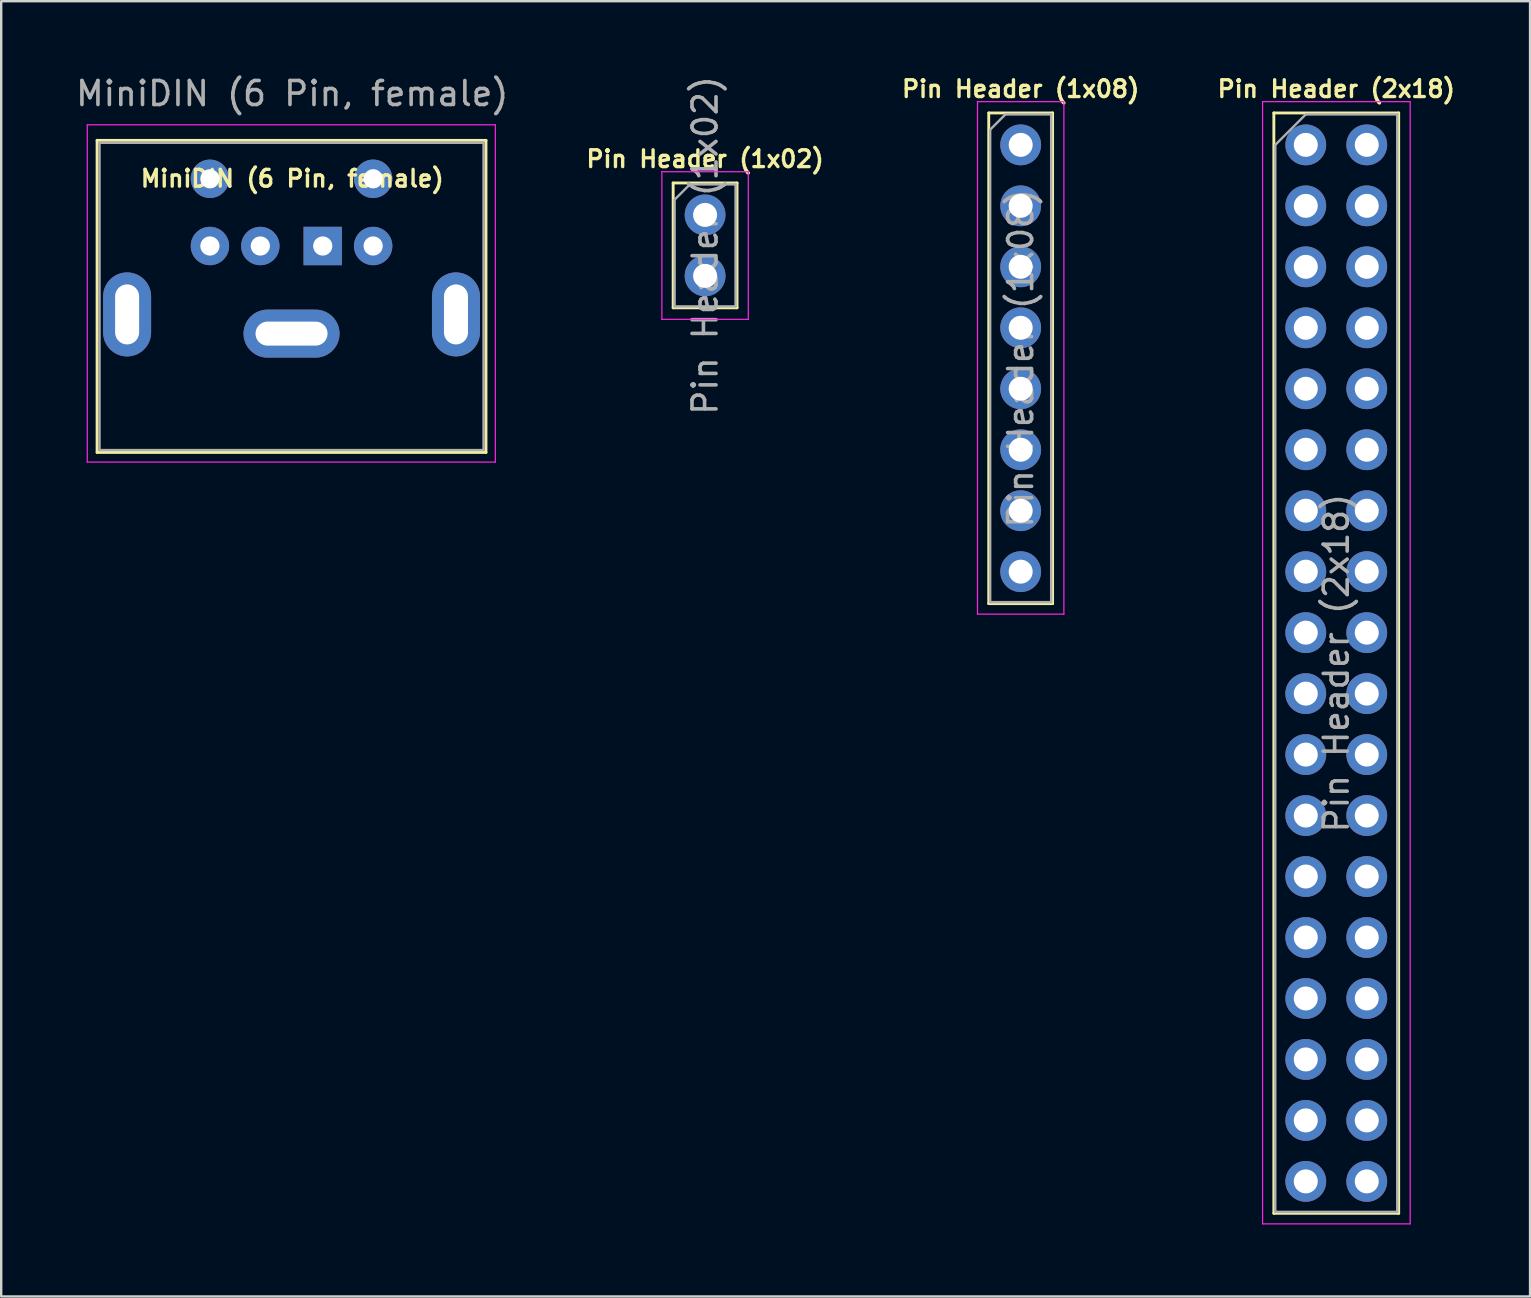
<source format=kicad_pcb>
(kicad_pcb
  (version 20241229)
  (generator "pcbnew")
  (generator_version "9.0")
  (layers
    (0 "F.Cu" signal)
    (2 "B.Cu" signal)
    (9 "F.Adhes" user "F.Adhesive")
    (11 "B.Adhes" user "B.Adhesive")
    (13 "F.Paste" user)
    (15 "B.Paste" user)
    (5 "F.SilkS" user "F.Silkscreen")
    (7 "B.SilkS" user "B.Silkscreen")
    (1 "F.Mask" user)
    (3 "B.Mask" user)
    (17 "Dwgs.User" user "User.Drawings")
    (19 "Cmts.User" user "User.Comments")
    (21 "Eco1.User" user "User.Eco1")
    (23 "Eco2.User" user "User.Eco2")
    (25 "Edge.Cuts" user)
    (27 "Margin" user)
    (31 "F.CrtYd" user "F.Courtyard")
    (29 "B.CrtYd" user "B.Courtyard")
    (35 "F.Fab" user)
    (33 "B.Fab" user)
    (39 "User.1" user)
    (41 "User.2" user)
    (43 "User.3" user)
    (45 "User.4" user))
  (footprint "MiniDIN (6 Pin, female)"
    (layer "F.Cu")
    (at 10.395 7.198)
    (property "Reference" "MiniDIN (6 Pin, female)" (at -1.27 -2.81 0) (layer "F.SilkS") (effects (font (size 0.7 0.7) (thickness 0.14) (bold yes))))
    (attr through_hole)
    (fp_line (start -9.4 -4.4) (end -9.4 8.6) (stroke (width 0.12) (type solid)) (layer "F.SilkS"))
    (fp_line (start -9.4 -4.4) (end 6.8 -4.4) (stroke (width 0.12) (type solid)) (layer "F.SilkS"))
    (fp_line (start -9.4 8.6) (end 6.8 8.6) (stroke (width 0.12) (type solid)) (layer "F.SilkS"))
    (fp_line (start 6.8 -4.4) (end 6.8 8.6) (stroke (width 0.12) (type solid)) (layer "F.SilkS"))
    (fp_line (start -9.81 -5.05) (end -9.81 9) (stroke (width 0.05) (type solid)) (layer "F.CrtYd"))
    (fp_line (start -9.81 -5.05) (end 7.19 -5.05) (stroke (width 0.05) (type solid)) (layer "F.CrtYd"))
    (fp_line (start 7.19 9) (end -9.81 9) (stroke (width 0.05) (type solid)) (layer "F.CrtYd"))
    (fp_line (start 7.19 9) (end 7.19 -5.05) (stroke (width 0.05) (type solid)) (layer "F.CrtYd"))
    (fp_line (start -9.3 -4.3) (end 6.7 -4.3) (stroke (width 0.1) (type solid)) (layer "F.Fab"))
    (fp_line (start -9.3 8.5) (end -9.3 -4.3) (stroke (width 0.1) (type solid)) (layer "F.Fab"))
    (fp_line (start 6.7 -4.3) (end 6.7 8.5) (stroke (width 0.1) (type solid)) (layer "F.Fab"))
    (fp_line (start 6.7 8.5) (end -9.3 8.5) (stroke (width 0.1) (type solid)) (layer "F.Fab"))
    (fp_text user "${REFERENCE}" (at -1.27 -6.35 0) (layer "F.Fab") (effects (font (size 1 1) (thickness 0.15))))
    (pad "1" thru_hole rect (at 0 0) (size 1.6 1.6) (drill 0.8) (layers "*.Cu" "*.Mask"))
    (pad "2" thru_hole circle (at -2.6 0) (size 1.6 1.6) (drill 0.8) (layers "*.Cu" "*.Mask"))
    (pad "3" thru_hole circle (at 2.1 0) (size 1.6 1.6) (drill 0.8) (layers "*.Cu" "*.Mask"))
    (pad "4" thru_hole circle (at -4.7 0) (size 1.6 1.6) (drill 0.8) (layers "*.Cu" "*.Mask"))
    (pad "5" thru_hole oval (at -8.15 2.85) (size 2 3.5) (drill oval 1 2.5) (layers "*.Cu" "*.Mask"))
    (pad "5" thru_hole oval (at -1.3 3.65) (size 4 2) (drill oval 3 1) (layers "*.Cu" "*.Mask"))
    (pad "5" thru_hole circle (at 2.1 -2.8) (size 1.6 1.6) (drill 0.8) (layers "*.Cu" "*.Mask"))
    (pad "5" thru_hole oval (at 5.55 2.85) (size 2 3.5) (drill oval 1 2.5) (layers "*.Cu" "*.Mask"))
    (pad "6" thru_hole circle (at -4.7 -2.8) (size 1.6 1.6) (drill 0.8) (layers "*.Cu" "*.Mask")))
  (footprint "Pin Header (1x08)"
    (layer "F.Cu")
    (at 39.47 2.985)
    (property "Reference" "Pin Header (1x08)" (at 0 -2.33 0) (layer "F.SilkS") (effects (font (size 0.7 0.7) (thickness 0.14) (bold yes))))
    (attr through_hole)
    (fp_line (start -1.33 -1.33) (end -1.33 19.11) (stroke (width 0.12) (type solid)) (layer "F.SilkS"))
    (fp_line (start -1.33 -1.33) (end 1.33 -1.33) (stroke (width 0.12) (type solid)) (layer "F.SilkS"))
    (fp_line (start -1.33 19.11) (end 1.33 19.11) (stroke (width 0.12) (type solid)) (layer "F.SilkS"))
    (fp_line (start 1.33 -1.33) (end 1.33 19.11) (stroke (width 0.12) (type solid)) (layer "F.SilkS"))
    (fp_line (start -1.8 -1.8) (end -1.8 19.55) (stroke (width 0.05) (type solid)) (layer "F.CrtYd"))
    (fp_line (start -1.8 19.55) (end 1.8 19.55) (stroke (width 0.05) (type solid)) (layer "F.CrtYd"))
    (fp_line (start 1.8 -1.8) (end -1.8 -1.8) (stroke (width 0.05) (type solid)) (layer "F.CrtYd"))
    (fp_line (start 1.8 19.55) (end 1.8 -1.8) (stroke (width 0.05) (type solid)) (layer "F.CrtYd"))
    (fp_line (start -1.27 -0.635) (end -0.635 -1.27) (stroke (width 0.1) (type solid)) (layer "F.Fab"))
    (fp_line (start -1.27 19.05) (end -1.27 -0.635) (stroke (width 0.1) (type solid)) (layer "F.Fab"))
    (fp_line (start -0.635 -1.27) (end 1.27 -1.27) (stroke (width 0.1) (type solid)) (layer "F.Fab"))
    (fp_line (start 1.27 -1.27) (end 1.27 19.05) (stroke (width 0.1) (type solid)) (layer "F.Fab"))
    (fp_line (start 1.27 19.05) (end -1.27 19.05) (stroke (width 0.1) (type solid)) (layer "F.Fab"))
    (fp_text user "${REFERENCE}" (at 0 8.89 90) (layer "F.Fab") (effects (font (size 1 1) (thickness 0.15))))
    (pad "1" thru_hole circle (at 0 0) (size 1.7 1.7) (drill 1) (layers "*.Cu" "*.Mask"))
    (pad "2" thru_hole oval (at 0 2.54) (size 1.7 1.7) (drill 1) (layers "*.Cu" "*.Mask"))
    (pad "3" thru_hole oval (at 0 5.08) (size 1.7 1.7) (drill 1) (layers "*.Cu" "*.Mask"))
    (pad "4" thru_hole oval (at 0 7.62) (size 1.7 1.7) (drill 1) (layers "*.Cu" "*.Mask"))
    (pad "5" thru_hole oval (at 0 10.16) (size 1.7 1.7) (drill 1) (layers "*.Cu" "*.Mask"))
    (pad "6" thru_hole oval (at 0 12.7) (size 1.7 1.7) (drill 1) (layers "*.Cu" "*.Mask"))
    (pad "7" thru_hole oval (at 0 15.24) (size 1.7 1.7) (drill 1) (layers "*.Cu" "*.Mask"))
    (pad "8" thru_hole oval (at 0 17.78) (size 1.7 1.7) (drill 1) (layers "*.Cu" "*.Mask")))
  (footprint "Pin Header (2x18)"
    (layer "F.Cu")
    (at 51.347 2.985)
    (property "Reference" "Pin Header (2x18)" (at 1.27 -2.33 0) (layer "F.SilkS") (effects (font (size 0.7 0.7) (thickness 0.14))))
    (attr through_hole)
    (fp_line (start -1.33 -1.33) (end -1.33 44.51) (stroke (width 0.12) (type solid)) (layer "F.SilkS"))
    (fp_line (start -1.33 -1.33) (end 3.87 -1.33) (stroke (width 0.12) (type solid)) (layer "F.SilkS"))
    (fp_line (start -1.33 44.51) (end 3.87 44.51) (stroke (width 0.12) (type solid)) (layer "F.SilkS"))
    (fp_line (start 3.87 -1.33) (end 3.87 44.51) (stroke (width 0.12) (type solid)) (layer "F.SilkS"))
    (fp_line (start -1.8 -1.8) (end -1.8 44.95) (stroke (width 0.05) (type solid)) (layer "F.CrtYd"))
    (fp_line (start -1.8 44.95) (end 4.35 44.95) (stroke (width 0.05) (type solid)) (layer "F.CrtYd"))
    (fp_line (start 4.35 -1.8) (end -1.8 -1.8) (stroke (width 0.05) (type solid)) (layer "F.CrtYd"))
    (fp_line (start 4.35 44.95) (end 4.35 -1.8) (stroke (width 0.05) (type solid)) (layer "F.CrtYd"))
    (fp_line (start -1.27 0) (end 0 -1.27) (stroke (width 0.1) (type solid)) (layer "F.Fab"))
    (fp_line (start -1.27 44.45) (end -1.27 0) (stroke (width 0.1) (type solid)) (layer "F.Fab"))
    (fp_line (start 0 -1.27) (end 3.81 -1.27) (stroke (width 0.1) (type solid)) (layer "F.Fab"))
    (fp_line (start 3.81 -1.27) (end 3.81 44.45) (stroke (width 0.1) (type solid)) (layer "F.Fab"))
    (fp_line (start 3.81 44.45) (end -1.27 44.45) (stroke (width 0.1) (type solid)) (layer "F.Fab"))
    (fp_text user "${REFERENCE}" (at 1.27 21.59 90) (layer "F.Fab") (effects (font (size 1 1) (thickness 0.15))))
    (pad "1" thru_hole circle (at 0 0) (size 1.7 1.7) (drill 1) (layers "*.Cu" "*.Mask"))
    (pad "2" thru_hole oval (at 2.54 0) (size 1.7 1.7) (drill 1) (layers "*.Cu" "*.Mask"))
    (pad "3" thru_hole oval (at 0 2.54) (size 1.7 1.7) (drill 1) (layers "*.Cu" "*.Mask"))
    (pad "4" thru_hole oval (at 2.54 2.54) (size 1.7 1.7) (drill 1) (layers "*.Cu" "*.Mask"))
    (pad "5" thru_hole oval (at 0 5.08) (size 1.7 1.7) (drill 1) (layers "*.Cu" "*.Mask"))
    (pad "6" thru_hole oval (at 2.54 5.08) (size 1.7 1.7) (drill 1) (layers "*.Cu" "*.Mask"))
    (pad "7" thru_hole oval (at 0 7.62) (size 1.7 1.7) (drill 1) (layers "*.Cu" "*.Mask"))
    (pad "8" thru_hole oval (at 2.54 7.62) (size 1.7 1.7) (drill 1) (layers "*.Cu" "*.Mask"))
    (pad "9" thru_hole oval (at 0 10.16) (size 1.7 1.7) (drill 1) (layers "*.Cu" "*.Mask"))
    (pad "10" thru_hole oval (at 2.54 10.16) (size 1.7 1.7) (drill 1) (layers "*.Cu" "*.Mask"))
    (pad "11" thru_hole oval (at 0 12.7) (size 1.7 1.7) (drill 1) (layers "*.Cu" "*.Mask"))
    (pad "12" thru_hole oval (at 2.54 12.7) (size 1.7 1.7) (drill 1) (layers "*.Cu" "*.Mask"))
    (pad "13" thru_hole oval (at 0 15.24) (size 1.7 1.7) (drill 1) (layers "*.Cu" "*.Mask"))
    (pad "14" thru_hole oval (at 2.54 15.24) (size 1.7 1.7) (drill 1) (layers "*.Cu" "*.Mask"))
    (pad "15" thru_hole oval (at 0 17.78) (size 1.7 1.7) (drill 1) (layers "*.Cu" "*.Mask"))
    (pad "16" thru_hole oval (at 2.54 17.78) (size 1.7 1.7) (drill 1) (layers "*.Cu" "*.Mask"))
    (pad "17" thru_hole oval (at 0 20.32) (size 1.7 1.7) (drill 1) (layers "*.Cu" "*.Mask"))
    (pad "18" thru_hole oval (at 2.54 20.32) (size 1.7 1.7) (drill 1) (layers "*.Cu" "*.Mask"))
    (pad "19" thru_hole oval (at 0 22.86) (size 1.7 1.7) (drill 1) (layers "*.Cu" "*.Mask"))
    (pad "20" thru_hole oval (at 2.54 22.86) (size 1.7 1.7) (drill 1) (layers "*.Cu" "*.Mask"))
    (pad "21" thru_hole oval (at 0 25.4) (size 1.7 1.7) (drill 1) (layers "*.Cu" "*.Mask"))
    (pad "22" thru_hole oval (at 2.54 25.4) (size 1.7 1.7) (drill 1) (layers "*.Cu" "*.Mask"))
    (pad "23" thru_hole oval (at 0 27.94) (size 1.7 1.7) (drill 1) (layers "*.Cu" "*.Mask"))
    (pad "24" thru_hole oval (at 2.54 27.94) (size 1.7 1.7) (drill 1) (layers "*.Cu" "*.Mask"))
    (pad "25" thru_hole oval (at 0 30.48) (size 1.7 1.7) (drill 1) (layers "*.Cu" "*.Mask"))
    (pad "26" thru_hole oval (at 2.54 30.48) (size 1.7 1.7) (drill 1) (layers "*.Cu" "*.Mask"))
    (pad "27" thru_hole oval (at 0 33.02) (size 1.7 1.7) (drill 1) (layers "*.Cu" "*.Mask"))
    (pad "28" thru_hole oval (at 2.54 33.02) (size 1.7 1.7) (drill 1) (layers "*.Cu" "*.Mask"))
    (pad "29" thru_hole oval (at 0 35.56) (size 1.7 1.7) (drill 1) (layers "*.Cu" "*.Mask"))
    (pad "30" thru_hole oval (at 2.54 35.56) (size 1.7 1.7) (drill 1) (layers "*.Cu" "*.Mask"))
    (pad "31" thru_hole oval (at 0 38.1) (size 1.7 1.7) (drill 1) (layers "*.Cu" "*.Mask"))
    (pad "32" thru_hole oval (at 2.54 38.1) (size 1.7 1.7) (drill 1) (layers "*.Cu" "*.Mask"))
    (pad "33" thru_hole oval (at 0 40.64) (size 1.7 1.7) (drill 1) (layers "*.Cu" "*.Mask"))
    (pad "34" thru_hole oval (at 2.54 40.64) (size 1.7 1.7) (drill 1) (layers "*.Cu" "*.Mask"))
    (pad "35" thru_hole oval (at 0 43.18) (size 1.7 1.7) (drill 1) (layers "*.Cu" "*.Mask"))
    (pad "36" thru_hole oval (at 2.54 43.18) (size 1.7 1.7) (drill 1) (layers "*.Cu" "*.Mask")))
  (footprint "Pin Header (1x02)"
    (layer "F.Cu")
    (at 26.323 5.903)
    (property "Reference" "Pin Header (1x02)" (at 0 -2.33 0) (layer "F.SilkS") (effects (font (size 0.7 0.7) (thickness 0.14) (bold yes))))
    (attr through_hole)
    (fp_line (start -1.33 -1.33) (end -1.33 3.87) (stroke (width 0.12) (type solid)) (layer "F.SilkS"))
    (fp_line (start -1.33 -1.33) (end 1.33 -1.33) (stroke (width 0.12) (type solid)) (layer "F.SilkS"))
    (fp_line (start -1.33 3.87) (end 1.33 3.87) (stroke (width 0.12) (type solid)) (layer "F.SilkS"))
    (fp_line (start 1.33 -1.33) (end 1.33 3.87) (stroke (width 0.12) (type solid)) (layer "F.SilkS"))
    (fp_line (start -1.8 -1.8) (end -1.8 4.35) (stroke (width 0.05) (type solid)) (layer "F.CrtYd"))
    (fp_line (start -1.8 4.35) (end 1.8 4.35) (stroke (width 0.05) (type solid)) (layer "F.CrtYd"))
    (fp_line (start 1.8 -1.8) (end -1.8 -1.8) (stroke (width 0.05) (type solid)) (layer "F.CrtYd"))
    (fp_line (start 1.8 4.35) (end 1.8 -1.8) (stroke (width 0.05) (type solid)) (layer "F.CrtYd"))
    (fp_line (start -1.27 -0.635) (end -0.635 -1.27) (stroke (width 0.1) (type solid)) (layer "F.Fab"))
    (fp_line (start -1.27 3.81) (end -1.27 -0.635) (stroke (width 0.1) (type solid)) (layer "F.Fab"))
    (fp_line (start -0.635 -1.27) (end 1.27 -1.27) (stroke (width 0.1) (type solid)) (layer "F.Fab"))
    (fp_line (start 1.27 -1.27) (end 1.27 3.81) (stroke (width 0.1) (type solid)) (layer "F.Fab"))
    (fp_line (start 1.27 3.81) (end -1.27 3.81) (stroke (width 0.1) (type solid)) (layer "F.Fab"))
    (fp_text user "${REFERENCE}" (at 0 1.27 90) (layer "F.Fab") (effects (font (size 1 1) (thickness 0.15))))
    (pad "1" thru_hole circle (at 0 0) (size 1.7 1.7) (drill 1) (layers "*.Cu" "*.Mask"))
    (pad "2" thru_hole oval (at 0 2.54) (size 1.7 1.7) (drill 1) (layers "*.Cu" "*.Mask")))
  (gr_rect
    (start -3 -3)
    (end 60.69 50.96)
    (stroke (width 0.1) (type default))
    (fill no)
    (layer "Edge.Cuts")))
</source>
